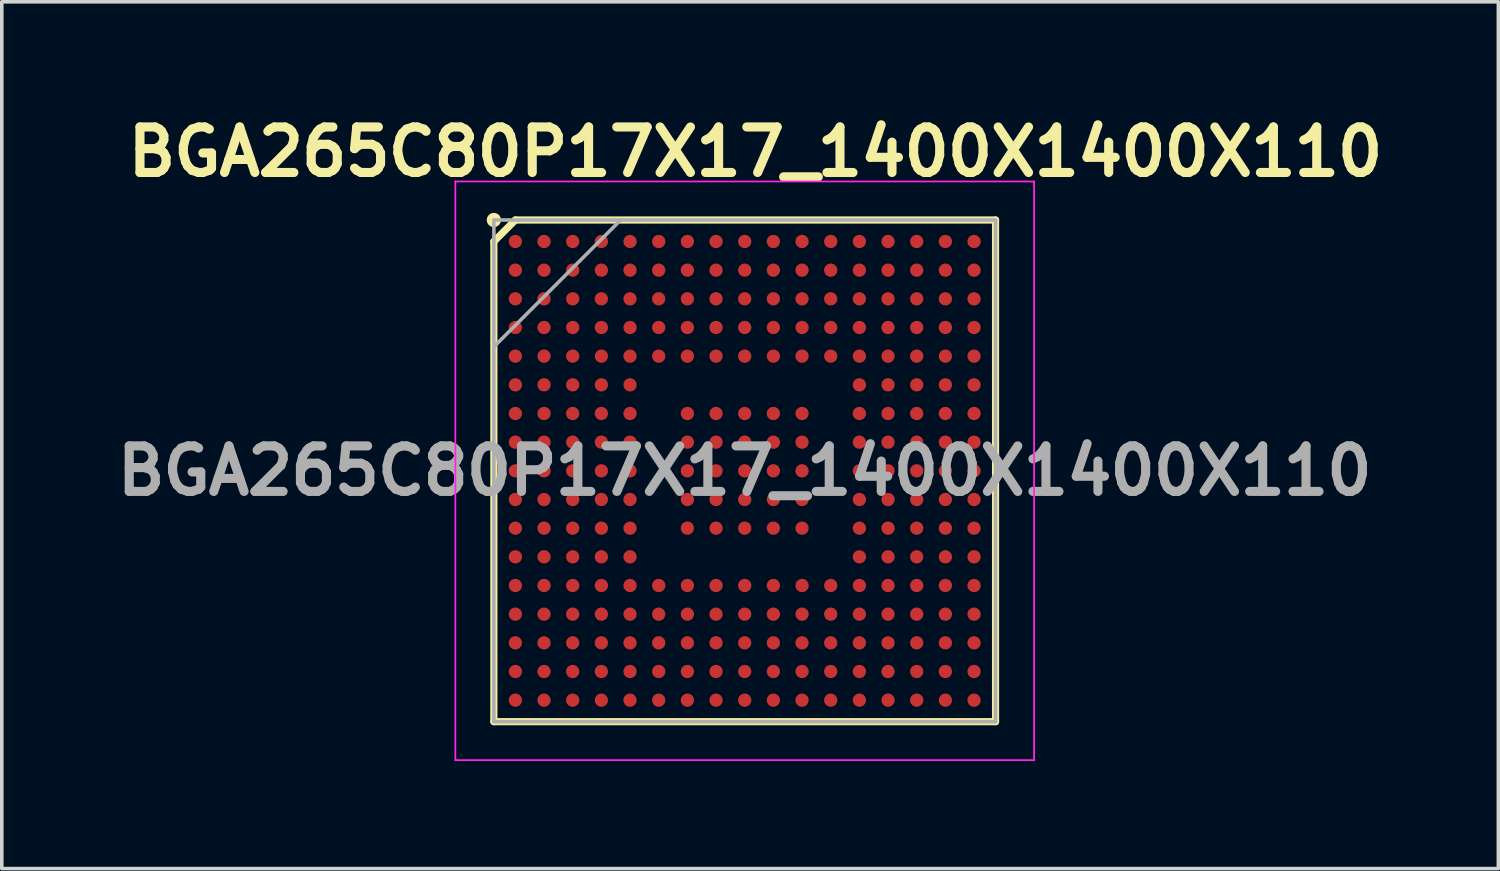
<source format=kicad_pcb>
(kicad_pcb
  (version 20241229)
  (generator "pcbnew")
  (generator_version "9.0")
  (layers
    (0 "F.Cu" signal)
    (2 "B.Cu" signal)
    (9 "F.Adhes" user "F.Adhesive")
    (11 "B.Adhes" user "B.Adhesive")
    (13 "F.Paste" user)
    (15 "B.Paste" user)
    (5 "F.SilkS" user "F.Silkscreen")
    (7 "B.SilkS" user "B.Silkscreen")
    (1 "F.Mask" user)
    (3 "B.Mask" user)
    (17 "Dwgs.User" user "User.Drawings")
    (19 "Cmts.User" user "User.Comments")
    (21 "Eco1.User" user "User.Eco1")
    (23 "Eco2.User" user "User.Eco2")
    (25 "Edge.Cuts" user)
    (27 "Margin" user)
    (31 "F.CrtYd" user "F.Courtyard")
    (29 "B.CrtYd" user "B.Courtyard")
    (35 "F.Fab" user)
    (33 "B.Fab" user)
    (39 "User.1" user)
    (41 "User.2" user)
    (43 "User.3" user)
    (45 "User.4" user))
  (footprint "BGA265C80P17X17_1400X1400X110"
    (layer "F.Cu")
    (at 17.732 10.089)
    (property "Reference" "BGA265C80P17X17_1400X1400X110" (at 0.3 -8.9 0) (layer "F.SilkS") (effects (font (size 1.27 1.27) (thickness 0.254))))
    (attr smd)
    (fp_line (start -7 -6.4) (end -6.4 -7) (stroke (width 0.2) (type solid)) (layer "F.SilkS"))
    (fp_line (start -7 7) (end -7 -6.4) (stroke (width 0.2) (type solid)) (layer "F.SilkS"))
    (fp_line (start -6.4 -7) (end 7 -7) (stroke (width 0.2) (type solid)) (layer "F.SilkS"))
    (fp_line (start 7 -7) (end 7 7) (stroke (width 0.2) (type solid)) (layer "F.SilkS"))
    (fp_line (start 7 7) (end -7 7) (stroke (width 0.2) (type solid)) (layer "F.SilkS"))
    (fp_circle (center -7 -7) (end -7 -6.9) (stroke (width 0.2) (type solid)) (fill no) (layer "F.SilkS"))
    (fp_line (start -8.075 -8.075) (end 8.075 -8.075) (stroke (width 0.05) (type solid)) (layer "F.CrtYd"))
    (fp_line (start -8.075 8.075) (end -8.075 -8.075) (stroke (width 0.05) (type solid)) (layer "F.CrtYd"))
    (fp_line (start 8.075 -8.075) (end 8.075 8.075) (stroke (width 0.05) (type solid)) (layer "F.CrtYd"))
    (fp_line (start 8.075 8.075) (end -8.075 8.075) (stroke (width 0.05) (type solid)) (layer "F.CrtYd"))
    (fp_line (start -7 -7) (end 7 -7) (stroke (width 0.1) (type solid)) (layer "F.Fab"))
    (fp_line (start -7 -3.462) (end -3.462 -7) (stroke (width 0.1) (type solid)) (layer "F.Fab"))
    (fp_line (start -7 7) (end -7 -7) (stroke (width 0.1) (type solid)) (layer "F.Fab"))
    (fp_line (start 7 -7) (end 7 7) (stroke (width 0.1) (type solid)) (layer "F.Fab"))
    (fp_line (start 7 7) (end -7 7) (stroke (width 0.1) (type solid)) (layer "F.Fab"))
    (fp_text user "${REFERENCE}" (at 0 0 0) (layer "F.Fab") (effects (font (size 1.27 1.27) (thickness 0.254))))
    (pad "A1" smd circle (at -6.4 -6.4 90) (size 0.37 0.37) (layers "F.Cu" "F.Mask" "F.Paste"))
    (pad "A2" smd circle (at -5.6 -6.4 90) (size 0.37 0.37) (layers "F.Cu" "F.Mask" "F.Paste"))
    (pad "A3" smd circle (at -4.8 -6.4 90) (size 0.37 0.37) (layers "F.Cu" "F.Mask" "F.Paste"))
    (pad "A4" smd circle (at -4 -6.4 90) (size 0.37 0.37) (layers "F.Cu" "F.Mask" "F.Paste"))
    (pad "A5" smd circle (at -3.2 -6.4 90) (size 0.37 0.37) (layers "F.Cu" "F.Mask" "F.Paste"))
    (pad "A6" smd circle (at -2.4 -6.4 90) (size 0.37 0.37) (layers "F.Cu" "F.Mask" "F.Paste"))
    (pad "A7" smd circle (at -1.6 -6.4 90) (size 0.37 0.37) (layers "F.Cu" "F.Mask" "F.Paste"))
    (pad "A8" smd circle (at -0.8 -6.4 90) (size 0.37 0.37) (layers "F.Cu" "F.Mask" "F.Paste"))
    (pad "A9" smd circle (at 0 -6.4 90) (size 0.37 0.37) (layers "F.Cu" "F.Mask" "F.Paste"))
    (pad "A10" smd circle (at 0.8 -6.4 90) (size 0.37 0.37) (layers "F.Cu" "F.Mask" "F.Paste"))
    (pad "A11" smd circle (at 1.6 -6.4 90) (size 0.37 0.37) (layers "F.Cu" "F.Mask" "F.Paste"))
    (pad "A12" smd circle (at 2.4 -6.4 90) (size 0.37 0.37) (layers "F.Cu" "F.Mask" "F.Paste"))
    (pad "A13" smd circle (at 3.2 -6.4 90) (size 0.37 0.37) (layers "F.Cu" "F.Mask" "F.Paste"))
    (pad "A14" smd circle (at 4 -6.4 90) (size 0.37 0.37) (layers "F.Cu" "F.Mask" "F.Paste"))
    (pad "A15" smd circle (at 4.8 -6.4 90) (size 0.37 0.37) (layers "F.Cu" "F.Mask" "F.Paste"))
    (pad "A16" smd circle (at 5.6 -6.4 90) (size 0.37 0.37) (layers "F.Cu" "F.Mask" "F.Paste"))
    (pad "A17" smd circle (at 6.4 -6.4 90) (size 0.37 0.37) (layers "F.Cu" "F.Mask" "F.Paste"))
    (pad "B1" smd circle (at -6.4 -5.6 90) (size 0.37 0.37) (layers "F.Cu" "F.Mask" "F.Paste"))
    (pad "B2" smd circle (at -5.6 -5.6 90) (size 0.37 0.37) (layers "F.Cu" "F.Mask" "F.Paste"))
    (pad "B3" smd circle (at -4.8 -5.6 90) (size 0.37 0.37) (layers "F.Cu" "F.Mask" "F.Paste"))
    (pad "B4" smd circle (at -4 -5.6 90) (size 0.37 0.37) (layers "F.Cu" "F.Mask" "F.Paste"))
    (pad "B5" smd circle (at -3.2 -5.6 90) (size 0.37 0.37) (layers "F.Cu" "F.Mask" "F.Paste"))
    (pad "B6" smd circle (at -2.4 -5.6 90) (size 0.37 0.37) (layers "F.Cu" "F.Mask" "F.Paste"))
    (pad "B7" smd circle (at -1.6 -5.6 90) (size 0.37 0.37) (layers "F.Cu" "F.Mask" "F.Paste"))
    (pad "B8" smd circle (at -0.8 -5.6 90) (size 0.37 0.37) (layers "F.Cu" "F.Mask" "F.Paste"))
    (pad "B9" smd circle (at 0 -5.6 90) (size 0.37 0.37) (layers "F.Cu" "F.Mask" "F.Paste"))
    (pad "B10" smd circle (at 0.8 -5.6 90) (size 0.37 0.37) (layers "F.Cu" "F.Mask" "F.Paste"))
    (pad "B11" smd circle (at 1.6 -5.6 90) (size 0.37 0.37) (layers "F.Cu" "F.Mask" "F.Paste"))
    (pad "B12" smd circle (at 2.4 -5.6 90) (size 0.37 0.37) (layers "F.Cu" "F.Mask" "F.Paste"))
    (pad "B13" smd circle (at 3.2 -5.6 90) (size 0.37 0.37) (layers "F.Cu" "F.Mask" "F.Paste"))
    (pad "B14" smd circle (at 4 -5.6 90) (size 0.37 0.37) (layers "F.Cu" "F.Mask" "F.Paste"))
    (pad "B15" smd circle (at 4.8 -5.6 90) (size 0.37 0.37) (layers "F.Cu" "F.Mask" "F.Paste"))
    (pad "B16" smd circle (at 5.6 -5.6 90) (size 0.37 0.37) (layers "F.Cu" "F.Mask" "F.Paste"))
    (pad "B17" smd circle (at 6.4 -5.6 90) (size 0.37 0.37) (layers "F.Cu" "F.Mask" "F.Paste"))
    (pad "C1" smd circle (at -6.4 -4.8 90) (size 0.37 0.37) (layers "F.Cu" "F.Mask" "F.Paste"))
    (pad "C2" smd circle (at -5.6 -4.8 90) (size 0.37 0.37) (layers "F.Cu" "F.Mask" "F.Paste"))
    (pad "C3" smd circle (at -4.8 -4.8 90) (size 0.37 0.37) (layers "F.Cu" "F.Mask" "F.Paste"))
    (pad "C4" smd circle (at -4 -4.8 90) (size 0.37 0.37) (layers "F.Cu" "F.Mask" "F.Paste"))
    (pad "C5" smd circle (at -3.2 -4.8 90) (size 0.37 0.37) (layers "F.Cu" "F.Mask" "F.Paste"))
    (pad "C6" smd circle (at -2.4 -4.8 90) (size 0.37 0.37) (layers "F.Cu" "F.Mask" "F.Paste"))
    (pad "C7" smd circle (at -1.6 -4.8 90) (size 0.37 0.37) (layers "F.Cu" "F.Mask" "F.Paste"))
    (pad "C8" smd circle (at -0.8 -4.8 90) (size 0.37 0.37) (layers "F.Cu" "F.Mask" "F.Paste"))
    (pad "C9" smd circle (at 0 -4.8 90) (size 0.37 0.37) (layers "F.Cu" "F.Mask" "F.Paste"))
    (pad "C10" smd circle (at 0.8 -4.8 90) (size 0.37 0.37) (layers "F.Cu" "F.Mask" "F.Paste"))
    (pad "C11" smd circle (at 1.6 -4.8 90) (size 0.37 0.37) (layers "F.Cu" "F.Mask" "F.Paste"))
    (pad "C12" smd circle (at 2.4 -4.8 90) (size 0.37 0.37) (layers "F.Cu" "F.Mask" "F.Paste"))
    (pad "C13" smd circle (at 3.2 -4.8 90) (size 0.37 0.37) (layers "F.Cu" "F.Mask" "F.Paste"))
    (pad "C14" smd circle (at 4 -4.8 90) (size 0.37 0.37) (layers "F.Cu" "F.Mask" "F.Paste"))
    (pad "C15" smd circle (at 4.8 -4.8 90) (size 0.37 0.37) (layers "F.Cu" "F.Mask" "F.Paste"))
    (pad "C16" smd circle (at 5.6 -4.8 90) (size 0.37 0.37) (layers "F.Cu" "F.Mask" "F.Paste"))
    (pad "C17" smd circle (at 6.4 -4.8 90) (size 0.37 0.37) (layers "F.Cu" "F.Mask" "F.Paste"))
    (pad "D1" smd circle (at -6.4 -4 90) (size 0.37 0.37) (layers "F.Cu" "F.Mask" "F.Paste"))
    (pad "D2" smd circle (at -5.6 -4 90) (size 0.37 0.37) (layers "F.Cu" "F.Mask" "F.Paste"))
    (pad "D3" smd circle (at -4.8 -4 90) (size 0.37 0.37) (layers "F.Cu" "F.Mask" "F.Paste"))
    (pad "D4" smd circle (at -4 -4 90) (size 0.37 0.37) (layers "F.Cu" "F.Mask" "F.Paste"))
    (pad "D5" smd circle (at -3.2 -4 90) (size 0.37 0.37) (layers "F.Cu" "F.Mask" "F.Paste"))
    (pad "D6" smd circle (at -2.4 -4 90) (size 0.37 0.37) (layers "F.Cu" "F.Mask" "F.Paste"))
    (pad "D7" smd circle (at -1.6 -4 90) (size 0.37 0.37) (layers "F.Cu" "F.Mask" "F.Paste"))
    (pad "D8" smd circle (at -0.8 -4 90) (size 0.37 0.37) (layers "F.Cu" "F.Mask" "F.Paste"))
    (pad "D9" smd circle (at 0 -4 90) (size 0.37 0.37) (layers "F.Cu" "F.Mask" "F.Paste"))
    (pad "D10" smd circle (at 0.8 -4 90) (size 0.37 0.37) (layers "F.Cu" "F.Mask" "F.Paste"))
    (pad "D11" smd circle (at 1.6 -4 90) (size 0.37 0.37) (layers "F.Cu" "F.Mask" "F.Paste"))
    (pad "D12" smd circle (at 2.4 -4 90) (size 0.37 0.37) (layers "F.Cu" "F.Mask" "F.Paste"))
    (pad "D13" smd circle (at 3.2 -4 90) (size 0.37 0.37) (layers "F.Cu" "F.Mask" "F.Paste"))
    (pad "D14" smd circle (at 4 -4 90) (size 0.37 0.37) (layers "F.Cu" "F.Mask" "F.Paste"))
    (pad "D15" smd circle (at 4.8 -4 90) (size 0.37 0.37) (layers "F.Cu" "F.Mask" "F.Paste"))
    (pad "D16" smd circle (at 5.6 -4 90) (size 0.37 0.37) (layers "F.Cu" "F.Mask" "F.Paste"))
    (pad "D17" smd circle (at 6.4 -4 90) (size 0.37 0.37) (layers "F.Cu" "F.Mask" "F.Paste"))
    (pad "E1" smd circle (at -6.4 -3.2 90) (size 0.37 0.37) (layers "F.Cu" "F.Mask" "F.Paste"))
    (pad "E2" smd circle (at -5.6 -3.2 90) (size 0.37 0.37) (layers "F.Cu" "F.Mask" "F.Paste"))
    (pad "E3" smd circle (at -4.8 -3.2 90) (size 0.37 0.37) (layers "F.Cu" "F.Mask" "F.Paste"))
    (pad "E4" smd circle (at -4 -3.2 90) (size 0.37 0.37) (layers "F.Cu" "F.Mask" "F.Paste"))
    (pad "E5" smd circle (at -3.2 -3.2 90) (size 0.37 0.37) (layers "F.Cu" "F.Mask" "F.Paste"))
    (pad "E6" smd circle (at -2.4 -3.2 90) (size 0.37 0.37) (layers "F.Cu" "F.Mask" "F.Paste"))
    (pad "E7" smd circle (at -1.6 -3.2 90) (size 0.37 0.37) (layers "F.Cu" "F.Mask" "F.Paste"))
    (pad "E8" smd circle (at -0.8 -3.2 90) (size 0.37 0.37) (layers "F.Cu" "F.Mask" "F.Paste"))
    (pad "E9" smd circle (at 0 -3.2 90) (size 0.37 0.37) (layers "F.Cu" "F.Mask" "F.Paste"))
    (pad "E10" smd circle (at 0.8 -3.2 90) (size 0.37 0.37) (layers "F.Cu" "F.Mask" "F.Paste"))
    (pad "E11" smd circle (at 1.6 -3.2 90) (size 0.37 0.37) (layers "F.Cu" "F.Mask" "F.Paste"))
    (pad "E12" smd circle (at 2.4 -3.2 90) (size 0.37 0.37) (layers "F.Cu" "F.Mask" "F.Paste"))
    (pad "E13" smd circle (at 3.2 -3.2 90) (size 0.37 0.37) (layers "F.Cu" "F.Mask" "F.Paste"))
    (pad "E14" smd circle (at 4 -3.2 90) (size 0.37 0.37) (layers "F.Cu" "F.Mask" "F.Paste"))
    (pad "E15" smd circle (at 4.8 -3.2 90) (size 0.37 0.37) (layers "F.Cu" "F.Mask" "F.Paste"))
    (pad "E16" smd circle (at 5.6 -3.2 90) (size 0.37 0.37) (layers "F.Cu" "F.Mask" "F.Paste"))
    (pad "E17" smd circle (at 6.4 -3.2 90) (size 0.37 0.37) (layers "F.Cu" "F.Mask" "F.Paste"))
    (pad "F1" smd circle (at -6.4 -2.4 90) (size 0.37 0.37) (layers "F.Cu" "F.Mask" "F.Paste"))
    (pad "F2" smd circle (at -5.6 -2.4 90) (size 0.37 0.37) (layers "F.Cu" "F.Mask" "F.Paste"))
    (pad "F3" smd circle (at -4.8 -2.4 90) (size 0.37 0.37) (layers "F.Cu" "F.Mask" "F.Paste"))
    (pad "F4" smd circle (at -4 -2.4 90) (size 0.37 0.37) (layers "F.Cu" "F.Mask" "F.Paste"))
    (pad "F5" smd circle (at -3.2 -2.4 90) (size 0.37 0.37) (layers "F.Cu" "F.Mask" "F.Paste"))
    (pad "F13" smd circle (at 3.2 -2.4 90) (size 0.37 0.37) (layers "F.Cu" "F.Mask" "F.Paste"))
    (pad "F14" smd circle (at 4 -2.4 90) (size 0.37 0.37) (layers "F.Cu" "F.Mask" "F.Paste"))
    (pad "F15" smd circle (at 4.8 -2.4 90) (size 0.37 0.37) (layers "F.Cu" "F.Mask" "F.Paste"))
    (pad "F16" smd circle (at 5.6 -2.4 90) (size 0.37 0.37) (layers "F.Cu" "F.Mask" "F.Paste"))
    (pad "F17" smd circle (at 6.4 -2.4 90) (size 0.37 0.37) (layers "F.Cu" "F.Mask" "F.Paste"))
    (pad "G1" smd circle (at -6.4 -1.6 90) (size 0.37 0.37) (layers "F.Cu" "F.Mask" "F.Paste"))
    (pad "G2" smd circle (at -5.6 -1.6 90) (size 0.37 0.37) (layers "F.Cu" "F.Mask" "F.Paste"))
    (pad "G3" smd circle (at -4.8 -1.6 90) (size 0.37 0.37) (layers "F.Cu" "F.Mask" "F.Paste"))
    (pad "G4" smd circle (at -4 -1.6 90) (size 0.37 0.37) (layers "F.Cu" "F.Mask" "F.Paste"))
    (pad "G5" smd circle (at -3.2 -1.6 90) (size 0.37 0.37) (layers "F.Cu" "F.Mask" "F.Paste"))
    (pad "G7" smd circle (at -1.6 -1.6 90) (size 0.37 0.37) (layers "F.Cu" "F.Mask" "F.Paste"))
    (pad "G8" smd circle (at -0.8 -1.6 90) (size 0.37 0.37) (layers "F.Cu" "F.Mask" "F.Paste"))
    (pad "G9" smd circle (at 0 -1.6 90) (size 0.37 0.37) (layers "F.Cu" "F.Mask" "F.Paste"))
    (pad "G10" smd circle (at 0.8 -1.6 90) (size 0.37 0.37) (layers "F.Cu" "F.Mask" "F.Paste"))
    (pad "G11" smd circle (at 1.6 -1.6 90) (size 0.37 0.37) (layers "F.Cu" "F.Mask" "F.Paste"))
    (pad "G13" smd circle (at 3.2 -1.6 90) (size 0.37 0.37) (layers "F.Cu" "F.Mask" "F.Paste"))
    (pad "G14" smd circle (at 4 -1.6 90) (size 0.37 0.37) (layers "F.Cu" "F.Mask" "F.Paste"))
    (pad "G15" smd circle (at 4.8 -1.6 90) (size 0.37 0.37) (layers "F.Cu" "F.Mask" "F.Paste"))
    (pad "G16" smd circle (at 5.6 -1.6 90) (size 0.37 0.37) (layers "F.Cu" "F.Mask" "F.Paste"))
    (pad "G17" smd circle (at 6.4 -1.6 90) (size 0.37 0.37) (layers "F.Cu" "F.Mask" "F.Paste"))
    (pad "H1" smd circle (at -6.4 -0.8 90) (size 0.37 0.37) (layers "F.Cu" "F.Mask" "F.Paste"))
    (pad "H2" smd circle (at -5.6 -0.8 90) (size 0.37 0.37) (layers "F.Cu" "F.Mask" "F.Paste"))
    (pad "H3" smd circle (at -4.8 -0.8 90) (size 0.37 0.37) (layers "F.Cu" "F.Mask" "F.Paste"))
    (pad "H4" smd circle (at -4 -0.8 90) (size 0.37 0.37) (layers "F.Cu" "F.Mask" "F.Paste"))
    (pad "H5" smd circle (at -3.2 -0.8 90) (size 0.37 0.37) (layers "F.Cu" "F.Mask" "F.Paste"))
    (pad "H7" smd circle (at -1.6 -0.8 90) (size 0.37 0.37) (layers "F.Cu" "F.Mask" "F.Paste"))
    (pad "H8" smd circle (at -0.8 -0.8 90) (size 0.37 0.37) (layers "F.Cu" "F.Mask" "F.Paste"))
    (pad "H9" smd circle (at 0 -0.8 90) (size 0.37 0.37) (layers "F.Cu" "F.Mask" "F.Paste"))
    (pad "H10" smd circle (at 0.8 -0.8 90) (size 0.37 0.37) (layers "F.Cu" "F.Mask" "F.Paste"))
    (pad "H11" smd circle (at 1.6 -0.8 90) (size 0.37 0.37) (layers "F.Cu" "F.Mask" "F.Paste"))
    (pad "H13" smd circle (at 3.2 -0.8 90) (size 0.37 0.37) (layers "F.Cu" "F.Mask" "F.Paste"))
    (pad "H14" smd circle (at 4 -0.8 90) (size 0.37 0.37) (layers "F.Cu" "F.Mask" "F.Paste"))
    (pad "H15" smd circle (at 4.8 -0.8 90) (size 0.37 0.37) (layers "F.Cu" "F.Mask" "F.Paste"))
    (pad "H16" smd circle (at 5.6 -0.8 90) (size 0.37 0.37) (layers "F.Cu" "F.Mask" "F.Paste"))
    (pad "H17" smd circle (at 6.4 -0.8 90) (size 0.37 0.37) (layers "F.Cu" "F.Mask" "F.Paste"))
    (pad "J1" smd circle (at -6.4 0 90) (size 0.37 0.37) (layers "F.Cu" "F.Mask" "F.Paste"))
    (pad "J2" smd circle (at -5.6 0 90) (size 0.37 0.37) (layers "F.Cu" "F.Mask" "F.Paste"))
    (pad "J3" smd circle (at -4.8 0 90) (size 0.37 0.37) (layers "F.Cu" "F.Mask" "F.Paste"))
    (pad "J4" smd circle (at -4 0 90) (size 0.37 0.37) (layers "F.Cu" "F.Mask" "F.Paste"))
    (pad "J5" smd circle (at -3.2 0 90) (size 0.37 0.37) (layers "F.Cu" "F.Mask" "F.Paste"))
    (pad "J7" smd circle (at -1.6 0 90) (size 0.37 0.37) (layers "F.Cu" "F.Mask" "F.Paste"))
    (pad "J8" smd circle (at -0.8 0 90) (size 0.37 0.37) (layers "F.Cu" "F.Mask" "F.Paste"))
    (pad "J9" smd circle (at 0 0 90) (size 0.37 0.37) (layers "F.Cu" "F.Mask" "F.Paste"))
    (pad "J10" smd circle (at 0.8 0 90) (size 0.37 0.37) (layers "F.Cu" "F.Mask" "F.Paste"))
    (pad "J11" smd circle (at 1.6 0 90) (size 0.37 0.37) (layers "F.Cu" "F.Mask" "F.Paste"))
    (pad "J13" smd circle (at 3.2 0 90) (size 0.37 0.37) (layers "F.Cu" "F.Mask" "F.Paste"))
    (pad "J14" smd circle (at 4 0 90) (size 0.37 0.37) (layers "F.Cu" "F.Mask" "F.Paste"))
    (pad "J15" smd circle (at 4.8 0 90) (size 0.37 0.37) (layers "F.Cu" "F.Mask" "F.Paste"))
    (pad "J16" smd circle (at 5.6 0 90) (size 0.37 0.37) (layers "F.Cu" "F.Mask" "F.Paste"))
    (pad "J17" smd circle (at 6.4 0 90) (size 0.37 0.37) (layers "F.Cu" "F.Mask" "F.Paste"))
    (pad "K1" smd circle (at -6.4 0.8 90) (size 0.37 0.37) (layers "F.Cu" "F.Mask" "F.Paste"))
    (pad "K2" smd circle (at -5.6 0.8 90) (size 0.37 0.37) (layers "F.Cu" "F.Mask" "F.Paste"))
    (pad "K3" smd circle (at -4.8 0.8 90) (size 0.37 0.37) (layers "F.Cu" "F.Mask" "F.Paste"))
    (pad "K4" smd circle (at -4 0.8 90) (size 0.37 0.37) (layers "F.Cu" "F.Mask" "F.Paste"))
    (pad "K5" smd circle (at -3.2 0.8 90) (size 0.37 0.37) (layers "F.Cu" "F.Mask" "F.Paste"))
    (pad "K7" smd circle (at -1.6 0.8 90) (size 0.37 0.37) (layers "F.Cu" "F.Mask" "F.Paste"))
    (pad "K8" smd circle (at -0.8 0.8 90) (size 0.37 0.37) (layers "F.Cu" "F.Mask" "F.Paste"))
    (pad "K9" smd circle (at 0 0.8 90) (size 0.37 0.37) (layers "F.Cu" "F.Mask" "F.Paste"))
    (pad "K10" smd circle (at 0.8 0.8 90) (size 0.37 0.37) (layers "F.Cu" "F.Mask" "F.Paste"))
    (pad "K11" smd circle (at 1.6 0.8 90) (size 0.37 0.37) (layers "F.Cu" "F.Mask" "F.Paste"))
    (pad "K13" smd circle (at 3.2 0.8 90) (size 0.37 0.37) (layers "F.Cu" "F.Mask" "F.Paste"))
    (pad "K14" smd circle (at 4 0.8 90) (size 0.37 0.37) (layers "F.Cu" "F.Mask" "F.Paste"))
    (pad "K15" smd circle (at 4.8 0.8 90) (size 0.37 0.37) (layers "F.Cu" "F.Mask" "F.Paste"))
    (pad "K16" smd circle (at 5.6 0.8 90) (size 0.37 0.37) (layers "F.Cu" "F.Mask" "F.Paste"))
    (pad "K17" smd circle (at 6.4 0.8 90) (size 0.37 0.37) (layers "F.Cu" "F.Mask" "F.Paste"))
    (pad "L1" smd circle (at -6.4 1.6 90) (size 0.37 0.37) (layers "F.Cu" "F.Mask" "F.Paste"))
    (pad "L2" smd circle (at -5.6 1.6 90) (size 0.37 0.37) (layers "F.Cu" "F.Mask" "F.Paste"))
    (pad "L3" smd circle (at -4.8 1.6 90) (size 0.37 0.37) (layers "F.Cu" "F.Mask" "F.Paste"))
    (pad "L4" smd circle (at -4 1.6 90) (size 0.37 0.37) (layers "F.Cu" "F.Mask" "F.Paste"))
    (pad "L5" smd circle (at -3.2 1.6 90) (size 0.37 0.37) (layers "F.Cu" "F.Mask" "F.Paste"))
    (pad "L7" smd circle (at -1.6 1.6 90) (size 0.37 0.37) (layers "F.Cu" "F.Mask" "F.Paste"))
    (pad "L8" smd circle (at -0.8 1.6 90) (size 0.37 0.37) (layers "F.Cu" "F.Mask" "F.Paste"))
    (pad "L9" smd circle (at 0 1.6 90) (size 0.37 0.37) (layers "F.Cu" "F.Mask" "F.Paste"))
    (pad "L10" smd circle (at 0.8 1.6 90) (size 0.37 0.37) (layers "F.Cu" "F.Mask" "F.Paste"))
    (pad "L11" smd circle (at 1.6 1.6 90) (size 0.37 0.37) (layers "F.Cu" "F.Mask" "F.Paste"))
    (pad "L13" smd circle (at 3.2 1.6 90) (size 0.37 0.37) (layers "F.Cu" "F.Mask" "F.Paste"))
    (pad "L14" smd circle (at 4 1.6 90) (size 0.37 0.37) (layers "F.Cu" "F.Mask" "F.Paste"))
    (pad "L15" smd circle (at 4.8 1.6 90) (size 0.37 0.37) (layers "F.Cu" "F.Mask" "F.Paste"))
    (pad "L16" smd circle (at 5.6 1.6 90) (size 0.37 0.37) (layers "F.Cu" "F.Mask" "F.Paste"))
    (pad "L17" smd circle (at 6.4 1.6 90) (size 0.37 0.37) (layers "F.Cu" "F.Mask" "F.Paste"))
    (pad "M1" smd circle (at -6.4 2.4 90) (size 0.37 0.37) (layers "F.Cu" "F.Mask" "F.Paste"))
    (pad "M2" smd circle (at -5.6 2.4 90) (size 0.37 0.37) (layers "F.Cu" "F.Mask" "F.Paste"))
    (pad "M3" smd circle (at -4.8 2.4 90) (size 0.37 0.37) (layers "F.Cu" "F.Mask" "F.Paste"))
    (pad "M4" smd circle (at -4 2.4 90) (size 0.37 0.37) (layers "F.Cu" "F.Mask" "F.Paste"))
    (pad "M5" smd circle (at -3.2 2.4 90) (size 0.37 0.37) (layers "F.Cu" "F.Mask" "F.Paste"))
    (pad "M13" smd circle (at 3.2 2.4 90) (size 0.37 0.37) (layers "F.Cu" "F.Mask" "F.Paste"))
    (pad "M14" smd circle (at 4 2.4 90) (size 0.37 0.37) (layers "F.Cu" "F.Mask" "F.Paste"))
    (pad "M15" smd circle (at 4.8 2.4 90) (size 0.37 0.37) (layers "F.Cu" "F.Mask" "F.Paste"))
    (pad "M16" smd circle (at 5.6 2.4 90) (size 0.37 0.37) (layers "F.Cu" "F.Mask" "F.Paste"))
    (pad "M17" smd circle (at 6.4 2.4 90) (size 0.37 0.37) (layers "F.Cu" "F.Mask" "F.Paste"))
    (pad "N1" smd circle (at -6.4 3.2 90) (size 0.37 0.37) (layers "F.Cu" "F.Mask" "F.Paste"))
    (pad "N2" smd circle (at -5.6 3.2 90) (size 0.37 0.37) (layers "F.Cu" "F.Mask" "F.Paste"))
    (pad "N3" smd circle (at -4.8 3.2 90) (size 0.37 0.37) (layers "F.Cu" "F.Mask" "F.Paste"))
    (pad "N4" smd circle (at -4 3.2 90) (size 0.37 0.37) (layers "F.Cu" "F.Mask" "F.Paste"))
    (pad "N5" smd circle (at -3.2 3.2 90) (size 0.37 0.37) (layers "F.Cu" "F.Mask" "F.Paste"))
    (pad "N6" smd circle (at -2.4 3.2 90) (size 0.37 0.37) (layers "F.Cu" "F.Mask" "F.Paste"))
    (pad "N7" smd circle (at -1.6 3.2 90) (size 0.37 0.37) (layers "F.Cu" "F.Mask" "F.Paste"))
    (pad "N8" smd circle (at -0.8 3.2 90) (size 0.37 0.37) (layers "F.Cu" "F.Mask" "F.Paste"))
    (pad "N9" smd circle (at 0 3.2 90) (size 0.37 0.37) (layers "F.Cu" "F.Mask" "F.Paste"))
    (pad "N10" smd circle (at 0.8 3.2 90) (size 0.37 0.37) (layers "F.Cu" "F.Mask" "F.Paste"))
    (pad "N11" smd circle (at 1.6 3.2 90) (size 0.37 0.37) (layers "F.Cu" "F.Mask" "F.Paste"))
    (pad "N12" smd circle (at 2.4 3.2 90) (size 0.37 0.37) (layers "F.Cu" "F.Mask" "F.Paste"))
    (pad "N13" smd circle (at 3.2 3.2 90) (size 0.37 0.37) (layers "F.Cu" "F.Mask" "F.Paste"))
    (pad "N14" smd circle (at 4 3.2 90) (size 0.37 0.37) (layers "F.Cu" "F.Mask" "F.Paste"))
    (pad "N15" smd circle (at 4.8 3.2 90) (size 0.37 0.37) (layers "F.Cu" "F.Mask" "F.Paste"))
    (pad "N16" smd circle (at 5.6 3.2 90) (size 0.37 0.37) (layers "F.Cu" "F.Mask" "F.Paste"))
    (pad "N17" smd circle (at 6.4 3.2 90) (size 0.37 0.37) (layers "F.Cu" "F.Mask" "F.Paste"))
    (pad "P1" smd circle (at -6.4 4 90) (size 0.37 0.37) (layers "F.Cu" "F.Mask" "F.Paste"))
    (pad "P2" smd circle (at -5.6 4 90) (size 0.37 0.37) (layers "F.Cu" "F.Mask" "F.Paste"))
    (pad "P3" smd circle (at -4.8 4 90) (size 0.37 0.37) (layers "F.Cu" "F.Mask" "F.Paste"))
    (pad "P4" smd circle (at -4 4 90) (size 0.37 0.37) (layers "F.Cu" "F.Mask" "F.Paste"))
    (pad "P5" smd circle (at -3.2 4 90) (size 0.37 0.37) (layers "F.Cu" "F.Mask" "F.Paste"))
    (pad "P6" smd circle (at -2.4 4 90) (size 0.37 0.37) (layers "F.Cu" "F.Mask" "F.Paste"))
    (pad "P7" smd circle (at -1.6 4 90) (size 0.37 0.37) (layers "F.Cu" "F.Mask" "F.Paste"))
    (pad "P8" smd circle (at -0.8 4 90) (size 0.37 0.37) (layers "F.Cu" "F.Mask" "F.Paste"))
    (pad "P9" smd circle (at 0 4 90) (size 0.37 0.37) (layers "F.Cu" "F.Mask" "F.Paste"))
    (pad "P10" smd circle (at 0.8 4 90) (size 0.37 0.37) (layers "F.Cu" "F.Mask" "F.Paste"))
    (pad "P11" smd circle (at 1.6 4 90) (size 0.37 0.37) (layers "F.Cu" "F.Mask" "F.Paste"))
    (pad "P12" smd circle (at 2.4 4 90) (size 0.37 0.37) (layers "F.Cu" "F.Mask" "F.Paste"))
    (pad "P13" smd circle (at 3.2 4 90) (size 0.37 0.37) (layers "F.Cu" "F.Mask" "F.Paste"))
    (pad "P14" smd circle (at 4 4 90) (size 0.37 0.37) (layers "F.Cu" "F.Mask" "F.Paste"))
    (pad "P15" smd circle (at 4.8 4 90) (size 0.37 0.37) (layers "F.Cu" "F.Mask" "F.Paste"))
    (pad "P16" smd circle (at 5.6 4 90) (size 0.37 0.37) (layers "F.Cu" "F.Mask" "F.Paste"))
    (pad "P17" smd circle (at 6.4 4 90) (size 0.37 0.37) (layers "F.Cu" "F.Mask" "F.Paste"))
    (pad "R1" smd circle (at -6.4 4.8 90) (size 0.37 0.37) (layers "F.Cu" "F.Mask" "F.Paste"))
    (pad "R2" smd circle (at -5.6 4.8 90) (size 0.37 0.37) (layers "F.Cu" "F.Mask" "F.Paste"))
    (pad "R3" smd circle (at -4.8 4.8 90) (size 0.37 0.37) (layers "F.Cu" "F.Mask" "F.Paste"))
    (pad "R4" smd circle (at -4 4.8 90) (size 0.37 0.37) (layers "F.Cu" "F.Mask" "F.Paste"))
    (pad "R5" smd circle (at -3.2 4.8 90) (size 0.37 0.37) (layers "F.Cu" "F.Mask" "F.Paste"))
    (pad "R6" smd circle (at -2.4 4.8 90) (size 0.37 0.37) (layers "F.Cu" "F.Mask" "F.Paste"))
    (pad "R7" smd circle (at -1.6 4.8 90) (size 0.37 0.37) (layers "F.Cu" "F.Mask" "F.Paste"))
    (pad "R8" smd circle (at -0.8 4.8 90) (size 0.37 0.37) (layers "F.Cu" "F.Mask" "F.Paste"))
    (pad "R9" smd circle (at 0 4.8 90) (size 0.37 0.37) (layers "F.Cu" "F.Mask" "F.Paste"))
    (pad "R10" smd circle (at 0.8 4.8 90) (size 0.37 0.37) (layers "F.Cu" "F.Mask" "F.Paste"))
    (pad "R11" smd circle (at 1.6 4.8 90) (size 0.37 0.37) (layers "F.Cu" "F.Mask" "F.Paste"))
    (pad "R12" smd circle (at 2.4 4.8 90) (size 0.37 0.37) (layers "F.Cu" "F.Mask" "F.Paste"))
    (pad "R13" smd circle (at 3.2 4.8 90) (size 0.37 0.37) (layers "F.Cu" "F.Mask" "F.Paste"))
    (pad "R14" smd circle (at 4 4.8 90) (size 0.37 0.37) (layers "F.Cu" "F.Mask" "F.Paste"))
    (pad "R15" smd circle (at 4.8 4.8 90) (size 0.37 0.37) (layers "F.Cu" "F.Mask" "F.Paste"))
    (pad "R16" smd circle (at 5.6 4.8 90) (size 0.37 0.37) (layers "F.Cu" "F.Mask" "F.Paste"))
    (pad "R17" smd circle (at 6.4 4.8 90) (size 0.37 0.37) (layers "F.Cu" "F.Mask" "F.Paste"))
    (pad "T1" smd circle (at -6.4 5.6 90) (size 0.37 0.37) (layers "F.Cu" "F.Mask" "F.Paste"))
    (pad "T2" smd circle (at -5.6 5.6 90) (size 0.37 0.37) (layers "F.Cu" "F.Mask" "F.Paste"))
    (pad "T3" smd circle (at -4.8 5.6 90) (size 0.37 0.37) (layers "F.Cu" "F.Mask" "F.Paste"))
    (pad "T4" smd circle (at -4 5.6 90) (size 0.37 0.37) (layers "F.Cu" "F.Mask" "F.Paste"))
    (pad "T5" smd circle (at -3.2 5.6 90) (size 0.37 0.37) (layers "F.Cu" "F.Mask" "F.Paste"))
    (pad "T6" smd circle (at -2.4 5.6 90) (size 0.37 0.37) (layers "F.Cu" "F.Mask" "F.Paste"))
    (pad "T7" smd circle (at -1.6 5.6 90) (size 0.37 0.37) (layers "F.Cu" "F.Mask" "F.Paste"))
    (pad "T8" smd circle (at -0.8 5.6 90) (size 0.37 0.37) (layers "F.Cu" "F.Mask" "F.Paste"))
    (pad "T9" smd circle (at 0 5.6 90) (size 0.37 0.37) (layers "F.Cu" "F.Mask" "F.Paste"))
    (pad "T10" smd circle (at 0.8 5.6 90) (size 0.37 0.37) (layers "F.Cu" "F.Mask" "F.Paste"))
    (pad "T11" smd circle (at 1.6 5.6 90) (size 0.37 0.37) (layers "F.Cu" "F.Mask" "F.Paste"))
    (pad "T12" smd circle (at 2.4 5.6 90) (size 0.37 0.37) (layers "F.Cu" "F.Mask" "F.Paste"))
    (pad "T13" smd circle (at 3.2 5.6 90) (size 0.37 0.37) (layers "F.Cu" "F.Mask" "F.Paste"))
    (pad "T14" smd circle (at 4 5.6 90) (size 0.37 0.37) (layers "F.Cu" "F.Mask" "F.Paste"))
    (pad "T15" smd circle (at 4.8 5.6 90) (size 0.37 0.37) (layers "F.Cu" "F.Mask" "F.Paste"))
    (pad "T16" smd circle (at 5.6 5.6 90) (size 0.37 0.37) (layers "F.Cu" "F.Mask" "F.Paste"))
    (pad "T17" smd circle (at 6.4 5.6 90) (size 0.37 0.37) (layers "F.Cu" "F.Mask" "F.Paste"))
    (pad "U1" smd circle (at -6.4 6.4 90) (size 0.37 0.37) (layers "F.Cu" "F.Mask" "F.Paste"))
    (pad "U2" smd circle (at -5.6 6.4 90) (size 0.37 0.37) (layers "F.Cu" "F.Mask" "F.Paste"))
    (pad "U3" smd circle (at -4.8 6.4 90) (size 0.37 0.37) (layers "F.Cu" "F.Mask" "F.Paste"))
    (pad "U4" smd circle (at -4 6.4 90) (size 0.37 0.37) (layers "F.Cu" "F.Mask" "F.Paste"))
    (pad "U5" smd circle (at -3.2 6.4 90) (size 0.37 0.37) (layers "F.Cu" "F.Mask" "F.Paste"))
    (pad "U6" smd circle (at -2.4 6.4 90) (size 0.37 0.37) (layers "F.Cu" "F.Mask" "F.Paste"))
    (pad "U7" smd circle (at -1.6 6.4 90) (size 0.37 0.37) (layers "F.Cu" "F.Mask" "F.Paste"))
    (pad "U8" smd circle (at -0.8 6.4 90) (size 0.37 0.37) (layers "F.Cu" "F.Mask" "F.Paste"))
    (pad "U9" smd circle (at 0 6.4 90) (size 0.37 0.37) (layers "F.Cu" "F.Mask" "F.Paste"))
    (pad "U10" smd circle (at 0.8 6.4 90) (size 0.37 0.37) (layers "F.Cu" "F.Mask" "F.Paste"))
    (pad "U11" smd circle (at 1.6 6.4 90) (size 0.37 0.37) (layers "F.Cu" "F.Mask" "F.Paste"))
    (pad "U12" smd circle (at 2.4 6.4 90) (size 0.37 0.37) (layers "F.Cu" "F.Mask" "F.Paste"))
    (pad "U13" smd circle (at 3.2 6.4 90) (size 0.37 0.37) (layers "F.Cu" "F.Mask" "F.Paste"))
    (pad "U14" smd circle (at 4 6.4 90) (size 0.37 0.37) (layers "F.Cu" "F.Mask" "F.Paste"))
    (pad "U15" smd circle (at 4.8 6.4 90) (size 0.37 0.37) (layers "F.Cu" "F.Mask" "F.Paste"))
    (pad "U16" smd circle (at 5.6 6.4 90) (size 0.37 0.37) (layers "F.Cu" "F.Mask" "F.Paste"))
    (pad "U17" smd circle (at 6.4 6.4 90) (size 0.37 0.37) (layers "F.Cu" "F.Mask" "F.Paste")))
  (gr_rect
    (start -3 -3)
    (end 38.763 21.189)
    (stroke (width 0.1) (type default))
    (fill no)
    (layer "Edge.Cuts")))
</source>
